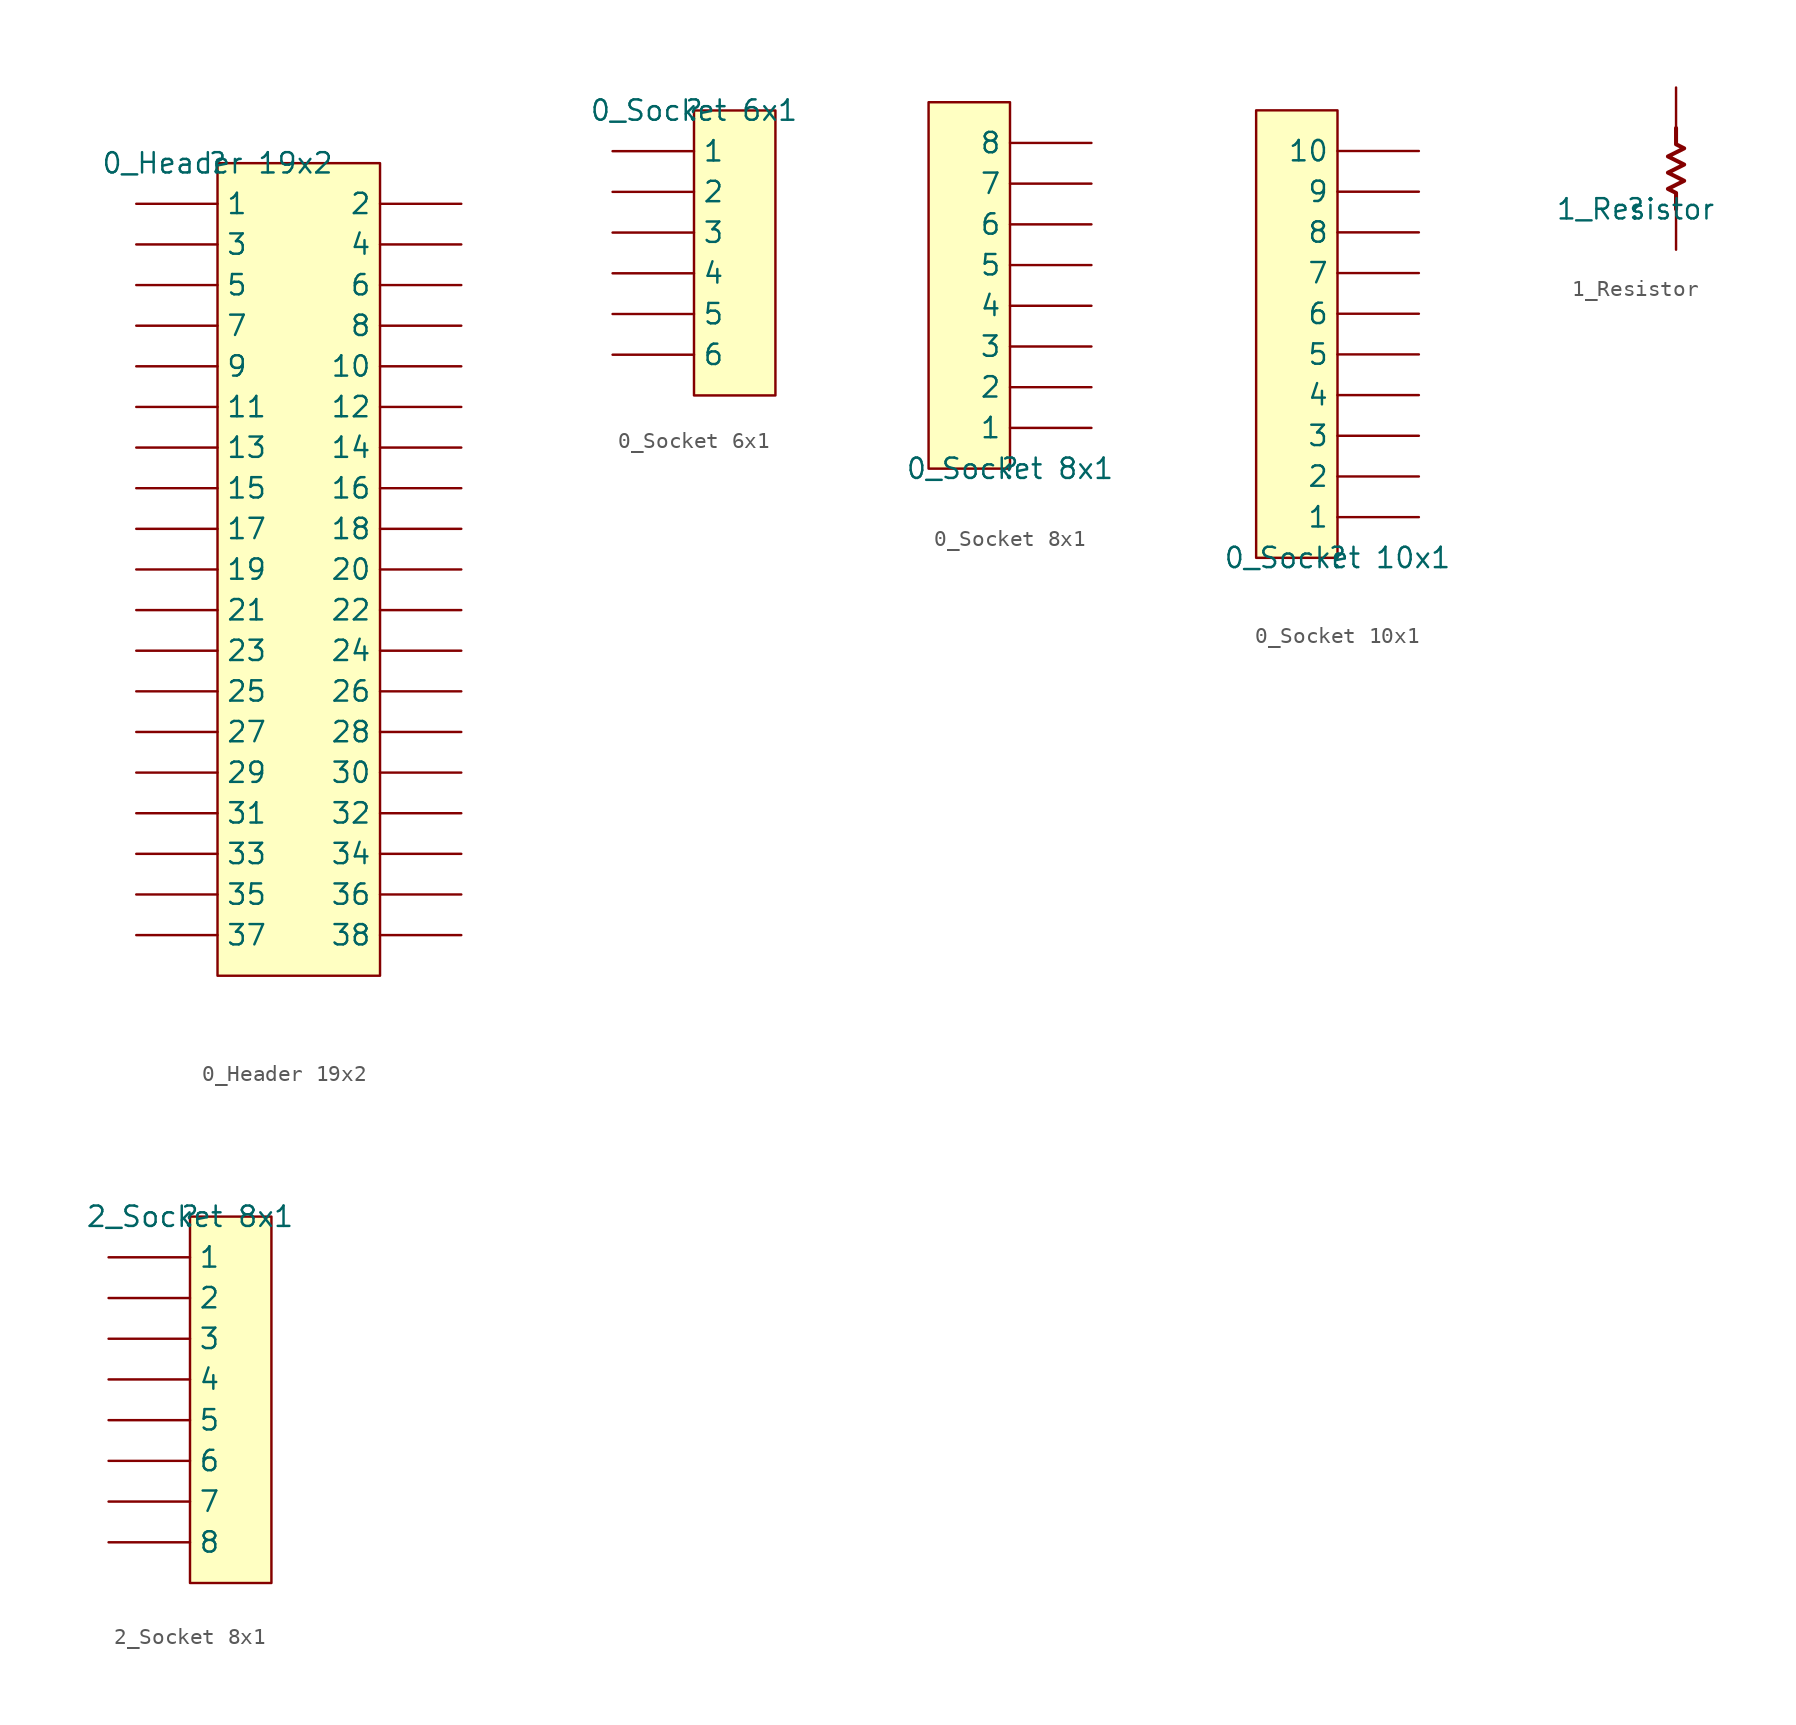
<source format=kicad_sym>
(kicad_symbol_lib
  (version 20211014)
  (generator kicad_symbol_editor)
  (symbol "0_Header 19x2"
    (property "Reference" ""
      (at 0 0 0)
      (effects (font (size 1.27 1.27))))
    (property "Value" "0_Header 19x2"
      (at 0 0 0)
      (effects (font (size 1.27 1.27))))
    (symbol "0_Header 19x2_1_0"
      (rectangle (start 10.16 0) (end 0 -50.8) (stroke (width 0) (type default) (color 0 0 0 0)) (fill (type background)))
      (pin passive line (at -5.08 -2.54 0) (length 5.08) (name "1" (effects (font (size 1.27 1.27)))) (number "1" (effects (font (size 0 0)))))
      (pin passive line (at 15.24 -12.7 180) (length 5.08) (name "10" (effects (font (size 1.27 1.27)))) (number "10" (effects (font (size 0 0)))))
      (pin passive line (at -5.08 -15.24 0) (length 5.08) (name "11" (effects (font (size 1.27 1.27)))) (number "11" (effects (font (size 0 0)))))
      (pin passive line (at 15.24 -15.24 180) (length 5.08) (name "12" (effects (font (size 1.27 1.27)))) (number "12" (effects (font (size 0 0)))))
      (pin passive line (at -5.08 -17.78 0) (length 5.08) (name "13" (effects (font (size 1.27 1.27)))) (number "13" (effects (font (size 0 0)))))
      (pin passive line (at 15.24 -17.78 180) (length 5.08) (name "14" (effects (font (size 1.27 1.27)))) (number "14" (effects (font (size 0 0)))))
      (pin passive line (at -5.08 -20.32 0) (length 5.08) (name "15" (effects (font (size 1.27 1.27)))) (number "15" (effects (font (size 0 0)))))
      (pin passive line (at 15.24 -20.32 180) (length 5.08) (name "16" (effects (font (size 1.27 1.27)))) (number "16" (effects (font (size 0 0)))))
      (pin passive line (at -5.08 -22.86 0) (length 5.08) (name "17" (effects (font (size 1.27 1.27)))) (number "17" (effects (font (size 0 0)))))
      (pin passive line (at 15.24 -22.86 180) (length 5.08) (name "18" (effects (font (size 1.27 1.27)))) (number "18" (effects (font (size 0 0)))))
      (pin passive line (at -5.08 -25.4 0) (length 5.08) (name "19" (effects (font (size 1.27 1.27)))) (number "19" (effects (font (size 0 0)))))
      (pin passive line (at 15.24 -2.54 180) (length 5.08) (name "2" (effects (font (size 1.27 1.27)))) (number "2" (effects (font (size 0 0)))))
      (pin passive line (at 15.24 -25.4 180) (length 5.08) (name "20" (effects (font (size 1.27 1.27)))) (number "20" (effects (font (size 0 0)))))
      (pin passive line (at -5.08 -27.94 0) (length 5.08) (name "21" (effects (font (size 1.27 1.27)))) (number "21" (effects (font (size 0 0)))))
      (pin passive line (at 15.24 -27.94 180) (length 5.08) (name "22" (effects (font (size 1.27 1.27)))) (number "22" (effects (font (size 0 0)))))
      (pin passive line (at -5.08 -30.48 0) (length 5.08) (name "23" (effects (font (size 1.27 1.27)))) (number "23" (effects (font (size 0 0)))))
      (pin passive line (at 15.24 -30.48 180) (length 5.08) (name "24" (effects (font (size 1.27 1.27)))) (number "24" (effects (font (size 0 0)))))
      (pin passive line (at -5.08 -33.02 0) (length 5.08) (name "25" (effects (font (size 1.27 1.27)))) (number "25" (effects (font (size 0 0)))))
      (pin passive line (at 15.24 -33.02 180) (length 5.08) (name "26" (effects (font (size 1.27 1.27)))) (number "26" (effects (font (size 0 0)))))
      (pin passive line (at -5.08 -35.56 0) (length 5.08) (name "27" (effects (font (size 1.27 1.27)))) (number "27" (effects (font (size 0 0)))))
      (pin passive line (at 15.24 -35.56 180) (length 5.08) (name "28" (effects (font (size 1.27 1.27)))) (number "28" (effects (font (size 0 0)))))
      (pin passive line (at -5.08 -38.1 0) (length 5.08) (name "29" (effects (font (size 1.27 1.27)))) (number "29" (effects (font (size 0 0)))))
      (pin passive line (at -5.08 -5.08 0) (length 5.08) (name "3" (effects (font (size 1.27 1.27)))) (number "3" (effects (font (size 0 0)))))
      (pin passive line (at 15.24 -38.1 180) (length 5.08) (name "30" (effects (font (size 1.27 1.27)))) (number "30" (effects (font (size 0 0)))))
      (pin passive line (at -5.08 -40.64 0) (length 5.08) (name "31" (effects (font (size 1.27 1.27)))) (number "31" (effects (font (size 0 0)))))
      (pin passive line (at 15.24 -40.64 180) (length 5.08) (name "32" (effects (font (size 1.27 1.27)))) (number "32" (effects (font (size 0 0)))))
      (pin passive line (at -5.08 -43.18 0) (length 5.08) (name "33" (effects (font (size 1.27 1.27)))) (number "33" (effects (font (size 0 0)))))
      (pin passive line (at 15.24 -43.18 180) (length 5.08) (name "34" (effects (font (size 1.27 1.27)))) (number "34" (effects (font (size 0 0)))))
      (pin passive line (at -5.08 -45.72 0) (length 5.08) (name "35" (effects (font (size 1.27 1.27)))) (number "35" (effects (font (size 0 0)))))
      (pin passive line (at 15.24 -45.72 180) (length 5.08) (name "36" (effects (font (size 1.27 1.27)))) (number "36" (effects (font (size 0 0)))))
      (pin passive line (at -5.08 -48.26 0) (length 5.08) (name "37" (effects (font (size 1.27 1.27)))) (number "37" (effects (font (size 0 0)))))
      (pin passive line (at 15.24 -48.26 180) (length 5.08) (name "38" (effects (font (size 1.27 1.27)))) (number "38" (effects (font (size 0 0)))))
      (pin passive line (at 15.24 -5.08 180) (length 5.08) (name "4" (effects (font (size 1.27 1.27)))) (number "4" (effects (font (size 0 0)))))
      (pin passive line (at -5.08 -7.62 0) (length 5.08) (name "5" (effects (font (size 1.27 1.27)))) (number "5" (effects (font (size 0 0)))))
      (pin passive line (at 15.24 -7.62 180) (length 5.08) (name "6" (effects (font (size 1.27 1.27)))) (number "6" (effects (font (size 0 0)))))
      (pin passive line (at -5.08 -10.16 0) (length 5.08) (name "7" (effects (font (size 1.27 1.27)))) (number "7" (effects (font (size 0 0)))))
      (pin passive line (at 15.24 -10.16 180) (length 5.08) (name "8" (effects (font (size 1.27 1.27)))) (number "8" (effects (font (size 0 0)))))
      (pin passive line (at -5.08 -12.7 0) (length 5.08) (name "9" (effects (font (size 1.27 1.27)))) (number "9" (effects (font (size 0 0)))))))
  (symbol "0_Socket 6x1"
    (property "Reference" ""
      (at 0 0 0)
      (effects (font (size 1.27 1.27))))
    (property "Value" "0_Socket 6x1"
      (at 0 0 0)
      (effects (font (size 1.27 1.27))))
    (symbol "0_Socket 6x1_1_0"
      (rectangle (start 5.08 0) (end 0 -17.78) (stroke (width 0) (type default) (color 0 0 0 0)) (fill (type background)))
      (pin passive line (at -5.08 -2.54 0) (length 5.08) (name "1" (effects (font (size 1.27 1.27)))) (number "1" (effects (font (size 0 0)))))
      (pin passive line (at -5.08 -5.08 0) (length 5.08) (name "2" (effects (font (size 1.27 1.27)))) (number "2" (effects (font (size 0 0)))))
      (pin passive line (at -5.08 -7.62 0) (length 5.08) (name "3" (effects (font (size 1.27 1.27)))) (number "3" (effects (font (size 0 0)))))
      (pin passive line (at -5.08 -10.16 0) (length 5.08) (name "4" (effects (font (size 1.27 1.27)))) (number "4" (effects (font (size 0 0)))))
      (pin passive line (at -5.08 -12.7 0) (length 5.08) (name "5" (effects (font (size 1.27 1.27)))) (number "5" (effects (font (size 0 0)))))
      (pin passive line (at -5.08 -15.24 0) (length 5.08) (name "6" (effects (font (size 1.27 1.27)))) (number "6" (effects (font (size 0 0)))))))
  (symbol "0_Socket 8x1"
    (property "Reference" ""
      (at 0 0 0)
      (effects (font (size 1.27 1.27))))
    (property "Value" "0_Socket 8x1"
      (at 0 0 0)
      (effects (font (size 1.27 1.27))))
    (symbol "0_Socket 8x1_1_0"
      (rectangle (start 0 22.86) (end -5.08 0) (stroke (width 0) (type default) (color 0 0 0 0)) (fill (type background)))
      (pin passive line (at 5.08 2.54 180) (length 5.08) (name "1" (effects (font (size 1.27 1.27)))) (number "1" (effects (font (size 0 0)))))
      (pin passive line (at 5.08 5.08 180) (length 5.08) (name "2" (effects (font (size 1.27 1.27)))) (number "2" (effects (font (size 0 0)))))
      (pin passive line (at 5.08 7.62 180) (length 5.08) (name "3" (effects (font (size 1.27 1.27)))) (number "3" (effects (font (size 0 0)))))
      (pin passive line (at 5.08 10.16 180) (length 5.08) (name "4" (effects (font (size 1.27 1.27)))) (number "4" (effects (font (size 0 0)))))
      (pin passive line (at 5.08 12.7 180) (length 5.08) (name "5" (effects (font (size 1.27 1.27)))) (number "5" (effects (font (size 0 0)))))
      (pin passive line (at 5.08 15.24 180) (length 5.08) (name "6" (effects (font (size 1.27 1.27)))) (number "6" (effects (font (size 0 0)))))
      (pin passive line (at 5.08 17.78 180) (length 5.08) (name "7" (effects (font (size 1.27 1.27)))) (number "7" (effects (font (size 0 0)))))
      (pin passive line (at 5.08 20.32 180) (length 5.08) (name "8" (effects (font (size 1.27 1.27)))) (number "8" (effects (font (size 0 0)))))))
  (symbol "0_Socket 10x1"
    (property "Reference" ""
      (at 0 0 0)
      (effects (font (size 1.27 1.27))))
    (property "Value" "0_Socket 10x1"
      (at 0 0 0)
      (effects (font (size 1.27 1.27))))
    (symbol "0_Socket 10x1_1_0"
      (rectangle (start 0 27.94) (end -5.08 0) (stroke (width 0) (type default) (color 0 0 0 0)) (fill (type background)))
      (pin passive line (at 5.08 2.54 180) (length 5.08) (name "1" (effects (font (size 1.27 1.27)))) (number "1" (effects (font (size 0 0)))))
      (pin passive line (at 5.08 25.4 180) (length 5.08) (name "10" (effects (font (size 1.27 1.27)))) (number "10" (effects (font (size 0 0)))))
      (pin passive line (at 5.08 5.08 180) (length 5.08) (name "2" (effects (font (size 1.27 1.27)))) (number "2" (effects (font (size 0 0)))))
      (pin passive line (at 5.08 7.62 180) (length 5.08) (name "3" (effects (font (size 1.27 1.27)))) (number "3" (effects (font (size 0 0)))))
      (pin passive line (at 5.08 10.16 180) (length 5.08) (name "4" (effects (font (size 1.27 1.27)))) (number "4" (effects (font (size 0 0)))))
      (pin passive line (at 5.08 12.7 180) (length 5.08) (name "5" (effects (font (size 1.27 1.27)))) (number "5" (effects (font (size 0 0)))))
      (pin passive line (at 5.08 15.24 180) (length 5.08) (name "6" (effects (font (size 1.27 1.27)))) (number "6" (effects (font (size 0 0)))))
      (pin passive line (at 5.08 17.78 180) (length 5.08) (name "7" (effects (font (size 1.27 1.27)))) (number "7" (effects (font (size 0 0)))))
      (pin passive line (at 5.08 20.32 180) (length 5.08) (name "8" (effects (font (size 1.27 1.27)))) (number "8" (effects (font (size 0 0)))))
      (pin passive line (at 5.08 22.86 180) (length 5.08) (name "9" (effects (font (size 1.27 1.27)))) (number "9" (effects (font (size 0 0)))))))
  (symbol "1_Resistor"
    (property "Reference" ""
      (at 0 0 0)
      (effects (font (size 1.27 1.27))))
    (property "Value" "1_Resistor"
      (at 0 0 0)
      (effects (font (size 1.27 1.27))))
    (symbol "1_Resistor_1_0"
      (polyline (pts (xy 2.54 5.08) (xy 2.54 4.064) (xy 3.048 3.81) (xy 2.032 3.302) (xy 3.048 2.794) (xy 2.032 2.286) (xy 3.048 1.778) (xy 2.032 1.27) (xy 2.54 1.016) (xy 2.54 0)) (stroke (width 0.254) (type default) (color 0 0 0 0)) (fill (type none)))
      (pin passive line (at 2.54 -2.54 90) (length 2.54) (name "1" (effects (font (size 0 0)))) (number "1" (effects (font (size 0 0)))))
      (pin passive line (at 2.54 7.62 270) (length 2.54) (name "2" (effects (font (size 0 0)))) (number "2" (effects (font (size 0 0)))))))
  (symbol "2_Socket 8x1"
    (property "Reference" ""
      (at 0 0 0)
      (effects (font (size 1.27 1.27))))
    (property "Value" "2_Socket 8x1"
      (at 0 0 0)
      (effects (font (size 1.27 1.27))))
    (symbol "2_Socket 8x1_1_0"
      (rectangle (start 5.08 0) (end 0 -22.86) (stroke (width 0) (type default) (color 0 0 0 0)) (fill (type background)))
      (pin passive line (at -5.08 -2.54 0) (length 5.08) (name "1" (effects (font (size 1.27 1.27)))) (number "1" (effects (font (size 0 0)))))
      (pin passive line (at -5.08 -5.08 0) (length 5.08) (name "2" (effects (font (size 1.27 1.27)))) (number "2" (effects (font (size 0 0)))))
      (pin passive line (at -5.08 -7.62 0) (length 5.08) (name "3" (effects (font (size 1.27 1.27)))) (number "3" (effects (font (size 0 0)))))
      (pin passive line (at -5.08 -10.16 0) (length 5.08) (name "4" (effects (font (size 1.27 1.27)))) (number "4" (effects (font (size 0 0)))))
      (pin passive line (at -5.08 -12.7 0) (length 5.08) (name "5" (effects (font (size 1.27 1.27)))) (number "5" (effects (font (size 0 0)))))
      (pin passive line (at -5.08 -15.24 0) (length 5.08) (name "6" (effects (font (size 1.27 1.27)))) (number "6" (effects (font (size 0 0)))))
      (pin passive line (at -5.08 -17.78 0) (length 5.08) (name "7" (effects (font (size 1.27 1.27)))) (number "7" (effects (font (size 0 0)))))
      (pin passive line (at -5.08 -20.32 0) (length 5.08) (name "8" (effects (font (size 1.27 1.27)))) (number "8" (effects (font (size 0 0))))))))
</source>
